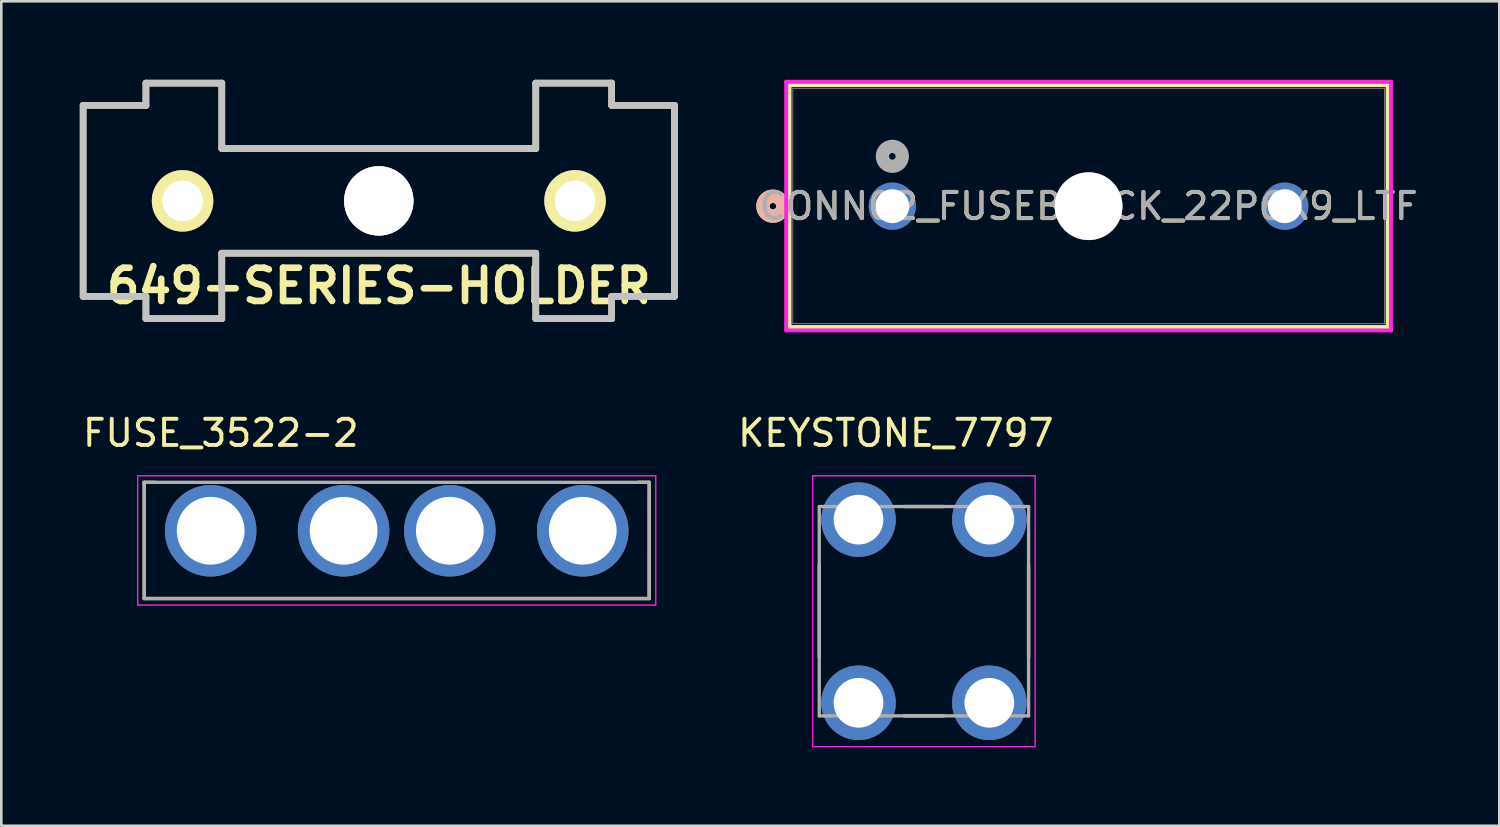
<source format=kicad_pcb>
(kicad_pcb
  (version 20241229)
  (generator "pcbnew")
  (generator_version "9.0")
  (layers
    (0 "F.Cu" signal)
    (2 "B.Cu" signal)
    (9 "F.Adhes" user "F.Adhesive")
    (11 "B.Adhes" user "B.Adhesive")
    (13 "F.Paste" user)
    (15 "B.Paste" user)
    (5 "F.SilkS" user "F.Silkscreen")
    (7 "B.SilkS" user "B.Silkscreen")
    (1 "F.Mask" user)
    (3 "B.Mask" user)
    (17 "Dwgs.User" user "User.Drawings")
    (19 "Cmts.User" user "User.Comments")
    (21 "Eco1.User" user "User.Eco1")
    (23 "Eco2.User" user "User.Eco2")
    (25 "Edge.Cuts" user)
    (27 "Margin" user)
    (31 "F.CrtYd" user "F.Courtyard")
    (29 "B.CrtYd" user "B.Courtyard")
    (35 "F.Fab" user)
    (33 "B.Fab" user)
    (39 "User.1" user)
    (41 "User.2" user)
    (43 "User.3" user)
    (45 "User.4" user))
  (footprint "CONN02_FUSEBLOCK_22P6X9_LTF"
    (layer "F.Cu")
    (at 31.054 4.83)
    (property "Reference" "CONN02_FUSEBLOCK_22P6X9_LTF" (at 7.5 0 0) (unlocked yes) (layer "F.SilkS") (effects (font (size 1 1) (thickness 0.15))))
    (attr through_hole)
    (fp_line (start -3.93 -4.627) (end -3.93 4.619) (stroke (width 0.152) (type solid)) (layer "F.SilkS"))
    (fp_line (start -3.93 4.619) (end 18.93 4.619) (stroke (width 0.152) (type solid)) (layer "F.SilkS"))
    (fp_line (start 18.93 -4.627) (end -3.93 -4.627) (stroke (width 0.152) (type solid)) (layer "F.SilkS"))
    (fp_line (start 18.93 4.619) (end 18.93 -4.627) (stroke (width 0.152) (type solid)) (layer "F.SilkS"))
    (fp_circle (center -4.565 0) (end -4.184 0) (stroke (width 0.508) (type solid)) (fill no) (layer "F.SilkS"))
    (fp_circle (center -4.565 0) (end -4.184 0) (stroke (width 0.508) (type solid)) (fill no) (layer "B.SilkS"))
    (fp_line (start -4.057 -4.754) (end -4.057 4.746) (stroke (width 0.152) (type solid)) (layer "F.CrtYd"))
    (fp_line (start -4.057 4.746) (end 19.057 4.746) (stroke (width 0.152) (type solid)) (layer "F.CrtYd"))
    (fp_line (start 19.057 -4.754) (end -4.057 -4.754) (stroke (width 0.152) (type solid)) (layer "F.CrtYd"))
    (fp_line (start 19.057 4.746) (end 19.057 -4.754) (stroke (width 0.152) (type solid)) (layer "F.CrtYd"))
    (fp_line (start -3.803 -4.5) (end -3.803 4.492) (stroke (width 0.025) (type solid)) (layer "F.Fab"))
    (fp_line (start -3.803 4.492) (end 18.803 4.492) (stroke (width 0.025) (type solid)) (layer "F.Fab"))
    (fp_line (start 18.803 -4.5) (end -3.803 -4.5) (stroke (width 0.025) (type solid)) (layer "F.Fab"))
    (fp_line (start 18.803 4.492) (end 18.803 -4.5) (stroke (width 0.025) (type solid)) (layer "F.Fab"))
    (fp_circle (center 0 -1.905) (end 0.381 -1.905) (stroke (width 0.508) (type solid)) (fill no) (layer "F.Fab"))
    (fp_text user "${REFERENCE}" (at 7.5 0 0) (unlocked yes) (layer "F.Fab") (effects (font (size 1 1) (thickness 0.15))))
    (pad "1" thru_hole circle (at 0 0) (size 1.803 1.803) (drill 1.295) (layers "*.Cu" "*.Mask"))
    (pad "2" thru_hole circle (at 15 0) (size 1.803 1.803) (drill 1.295) (layers "*.Cu" "*.Mask"))
    (pad "3" thru_hole circle (at 7.5 0) (size 2.591 2.591) (drill 2.591) (layers "*.Cu" "*.Mask")))
  (footprint "FUSE_3522-2"
    (layer "F.Cu")
    (at 12.112 17.605)
    (property "Reference" "FUSE_3522-2" (at -6.725 -4.105 0) (layer "F.SilkS") (effects (font (size 1 1) (thickness 0.15))))
    (attr through_hole)
    (fp_line (start -9.65 -2.22) (end -9.65 2.22) (stroke (width 0.127) (type solid)) (layer "F.SilkS"))
    (fp_line (start -9.65 2.22) (end 9.65 2.22) (stroke (width 0.127) (type solid)) (layer "F.SilkS"))
    (fp_line (start -9.233 -2.22) (end -9.65 -2.22) (stroke (width 0.127) (type solid)) (layer "F.SilkS"))
    (fp_line (start 9.65 -2.22) (end 9.233 -2.22) (stroke (width 0.127) (type solid)) (layer "F.SilkS"))
    (fp_line (start 9.65 2.22) (end 9.65 -2.22) (stroke (width 0.127) (type solid)) (layer "F.SilkS"))
    (fp_line (start -9.9 -2.47) (end -9.9 2.47) (stroke (width 0.05) (type solid)) (layer "F.CrtYd"))
    (fp_line (start -9.9 2.47) (end 9.9 2.47) (stroke (width 0.05) (type solid)) (layer "F.CrtYd"))
    (fp_line (start 9.9 -2.47) (end -9.9 -2.47) (stroke (width 0.05) (type solid)) (layer "F.CrtYd"))
    (fp_line (start 9.9 2.47) (end 9.9 -2.47) (stroke (width 0.05) (type solid)) (layer "F.CrtYd"))
    (fp_line (start -9.65 -2.22) (end -9.65 2.22) (stroke (width 0.127) (type solid)) (layer "F.Fab"))
    (fp_line (start -9.65 2.22) (end 9.65 2.22) (stroke (width 0.127) (type solid)) (layer "F.Fab"))
    (fp_line (start 9.65 -2.22) (end -9.65 -2.22) (stroke (width 0.127) (type solid)) (layer "F.Fab"))
    (fp_line (start 9.65 2.22) (end 9.65 -2.22) (stroke (width 0.127) (type solid)) (layer "F.Fab"))
    (pad "1" thru_hole circle (at -7.11 -0.37) (size 3.5 3.5) (drill 2.59) (layers "*.Cu" "*.Mask"))
    (pad "1" thru_hole circle (at -2.03 -0.37) (size 3.5 3.5) (drill 2.59) (layers "*.Cu" "*.Mask"))
    (pad "2" thru_hole circle (at 2.03 -0.37) (size 3.5 3.5) (drill 2.59) (layers "*.Cu" "*.Mask"))
    (pad "2" thru_hole circle (at 7.11 -0.37) (size 3.5 3.5) (drill 2.59) (layers "*.Cu" "*.Mask")))
  (footprint "649-SERIES-HOLDER"
    (layer "F.Cu")
    (at 11.427 4.627)
    (property "Reference" "649-SERIES-HOLDER" (at 0 3.25 0) (layer "F.SilkS") (effects (font (size 1.27 1.27) (thickness 0.254))))
    (attr through_hole exclude_from_pos_files)
    (fp_line (start -11.3 -3.65) (end -11.3 3.65) (stroke (width 0.254) (type solid)) (layer "F.SilkS"))
    (fp_line (start -11.3 3.65) (end -8.9 3.65) (stroke (width 0.254) (type solid)) (layer "F.SilkS"))
    (fp_line (start -8.9 -4.5) (end -8.9 -3.65) (stroke (width 0.254) (type solid)) (layer "F.SilkS"))
    (fp_line (start -8.9 -3.65) (end -11.3 -3.65) (stroke (width 0.254) (type solid)) (layer "F.SilkS"))
    (fp_line (start -8.9 3.65) (end -8.9 4.5) (stroke (width 0.254) (type solid)) (layer "F.SilkS"))
    (fp_line (start -8.9 4.5) (end -6 4.5) (stroke (width 0.254) (type solid)) (layer "F.SilkS"))
    (fp_line (start -6 -4.5) (end -8.9 -4.5) (stroke (width 0.254) (type solid)) (layer "F.SilkS"))
    (fp_line (start -6 -2) (end -6 -4.5) (stroke (width 0.254) (type solid)) (layer "F.SilkS"))
    (fp_line (start -6 2) (end 6 2) (stroke (width 0.254) (type solid)) (layer "F.SilkS"))
    (fp_line (start -6 4.5) (end -6 2) (stroke (width 0.254) (type solid)) (layer "F.SilkS"))
    (fp_line (start 6 -4.5) (end 6 -2) (stroke (width 0.254) (type solid)) (layer "F.SilkS"))
    (fp_line (start 6 -2) (end -6 -2) (stroke (width 0.254) (type solid)) (layer "F.SilkS"))
    (fp_line (start 6 2) (end 6 4.5) (stroke (width 0.254) (type solid)) (layer "F.SilkS"))
    (fp_line (start 6 4.5) (end 8.9 4.5) (stroke (width 0.254) (type solid)) (layer "F.SilkS"))
    (fp_line (start 8.9 -4.5) (end 6 -4.5) (stroke (width 0.254) (type solid)) (layer "F.SilkS"))
    (fp_line (start 8.9 -3.65) (end 8.9 -4.5) (stroke (width 0.254) (type solid)) (layer "F.SilkS"))
    (fp_line (start 8.9 3.65) (end 11.3 3.65) (stroke (width 0.254) (type solid)) (layer "F.SilkS"))
    (fp_line (start 8.9 4.5) (end 8.9 3.65) (stroke (width 0.254) (type solid)) (layer "F.SilkS"))
    (fp_line (start 11.3 -3.65) (end 8.9 -3.65) (stroke (width 0.254) (type solid)) (layer "F.SilkS"))
    (fp_line (start 11.3 3.65) (end 11.3 -3.65) (stroke (width 0.254) (type solid)) (layer "F.SilkS"))
    (fp_line (start -11.3 3.65) (end -11.3 -3.65) (stroke (width 0.254) (type solid)) (layer "Dwgs.User"))
    (fp_line (start -8.9 -4.5) (end -8.9 -3.65) (stroke (width 0.254) (type solid)) (layer "Dwgs.User"))
    (fp_line (start -8.9 -4.5) (end -6 -4.5) (stroke (width 0.254) (type solid)) (layer "Dwgs.User"))
    (fp_line (start -8.9 -3.65) (end -11.3 -3.65) (stroke (width 0.254) (type solid)) (layer "Dwgs.User"))
    (fp_line (start -8.9 3.65) (end -11.3 3.65) (stroke (width 0.254) (type solid)) (layer "Dwgs.User"))
    (fp_line (start -8.9 3.65) (end -8.9 4.5) (stroke (width 0.254) (type solid)) (layer "Dwgs.User"))
    (fp_line (start -8.9 4.5) (end -6 4.5) (stroke (width 0.254) (type solid)) (layer "Dwgs.User"))
    (fp_line (start -6 -4.5) (end -6 -2) (stroke (width 0.254) (type solid)) (layer "Dwgs.User"))
    (fp_line (start -6 -2) (end 6 -2) (stroke (width 0.254) (type solid)) (layer "Dwgs.User"))
    (fp_line (start -6 2) (end -6 4.5) (stroke (width 0.254) (type solid)) (layer "Dwgs.User"))
    (fp_line (start -6 2) (end 6 2) (stroke (width 0.254) (type solid)) (layer "Dwgs.User"))
    (fp_line (start 6 -2) (end 6 -4.5) (stroke (width 0.254) (type solid)) (layer "Dwgs.User"))
    (fp_line (start 6 4.5) (end 6 2) (stroke (width 0.254) (type solid)) (layer "Dwgs.User"))
    (fp_line (start 8.9 -4.5) (end 6 -4.5) (stroke (width 0.254) (type solid)) (layer "Dwgs.User"))
    (fp_line (start 8.9 -3.65) (end 8.9 -4.5) (stroke (width 0.254) (type solid)) (layer "Dwgs.User"))
    (fp_line (start 8.9 -3.65) (end 11.3 -3.65) (stroke (width 0.254) (type solid)) (layer "Dwgs.User"))
    (fp_line (start 8.9 3.65) (end 11.3 3.65) (stroke (width 0.254) (type solid)) (layer "Dwgs.User"))
    (fp_line (start 8.9 4.5) (end 6 4.5) (stroke (width 0.254) (type solid)) (layer "Dwgs.User"))
    (fp_line (start 8.9 4.5) (end 8.9 3.65) (stroke (width 0.254) (type solid)) (layer "Dwgs.User"))
    (fp_line (start 11.3 -3.65) (end 11.3 3.65) (stroke (width 0.254) (type solid)) (layer "Dwgs.User"))
    (pad "1" thru_hole circle (at -7.5 0 90) (size 2.35 2.35) (drill 1.55) (layers "*.Cu" "*.Mask" "F.SilkS"))
    (pad "2" thru_hole circle (at 7.5 0 90) (size 2.35 2.35) (drill 1.55) (layers "*.Cu" "*.Mask" "F.SilkS"))
    (pad "3" thru_hole circle (at 0 0 90) (size 2.65 2.65) (drill 2.65) (layers "*.Cu" "*.Mask" "F.SilkS")))
  (footprint "KEYSTONE_7797"
    (layer "F.Cu")
    (at 32.261 20.31)
    (property "Reference" "KEYSTONE_7797" (at -1.075 -6.81 0) (layer "F.SilkS") (effects (font (size 1 1) (thickness 0.15))))
    (attr through_hole)
    (fp_line (start -4 -1.755) (end -4 1.755) (stroke (width 0.127) (type solid)) (layer "F.SilkS"))
    (fp_line (start -0.755 -4) (end 0.755 -4) (stroke (width 0.127) (type solid)) (layer "F.SilkS"))
    (fp_line (start -0.755 4) (end 0.755 4) (stroke (width 0.127) (type solid)) (layer "F.SilkS"))
    (fp_line (start 4 -1.755) (end 4 1.755) (stroke (width 0.127) (type solid)) (layer "F.SilkS"))
    (fp_line (start -4.25 -5.175) (end -4.25 5.175) (stroke (width 0.05) (type solid)) (layer "F.CrtYd"))
    (fp_line (start -4.25 5.175) (end 4.25 5.175) (stroke (width 0.05) (type solid)) (layer "F.CrtYd"))
    (fp_line (start 4.25 -5.175) (end -4.25 -5.175) (stroke (width 0.05) (type solid)) (layer "F.CrtYd"))
    (fp_line (start 4.25 5.175) (end 4.25 -5.175) (stroke (width 0.05) (type solid)) (layer "F.CrtYd"))
    (fp_line (start -4 -4) (end -4 4) (stroke (width 0.127) (type solid)) (layer "F.Fab"))
    (fp_line (start -4 4) (end 4 4) (stroke (width 0.127) (type solid)) (layer "F.Fab"))
    (fp_line (start 4 -4) (end -4 -4) (stroke (width 0.127) (type solid)) (layer "F.Fab"))
    (fp_line (start 4 4) (end 4 -4) (stroke (width 0.127) (type solid)) (layer "F.Fab"))
    (pad "1" thru_hole circle (at -2.5 -3.5) (size 2.85 2.85) (drill 1.9) (layers "*.Cu" "*.Mask"))
    (pad "1" thru_hole circle (at -2.5 3.5) (size 2.85 2.85) (drill 1.9) (layers "*.Cu" "*.Mask"))
    (pad "1" thru_hole circle (at 2.5 -3.5) (size 2.85 2.85) (drill 1.9) (layers "*.Cu" "*.Mask"))
    (pad "1" thru_hole circle (at 2.5 3.5) (size 2.85 2.85) (drill 1.9) (layers "*.Cu" "*.Mask")))
  (gr_rect
    (start -3 -3)
    (end 54.25 28.51)
    (stroke (width 0.1) (type default))
    (fill no)
    (layer "Edge.Cuts")))
</source>
